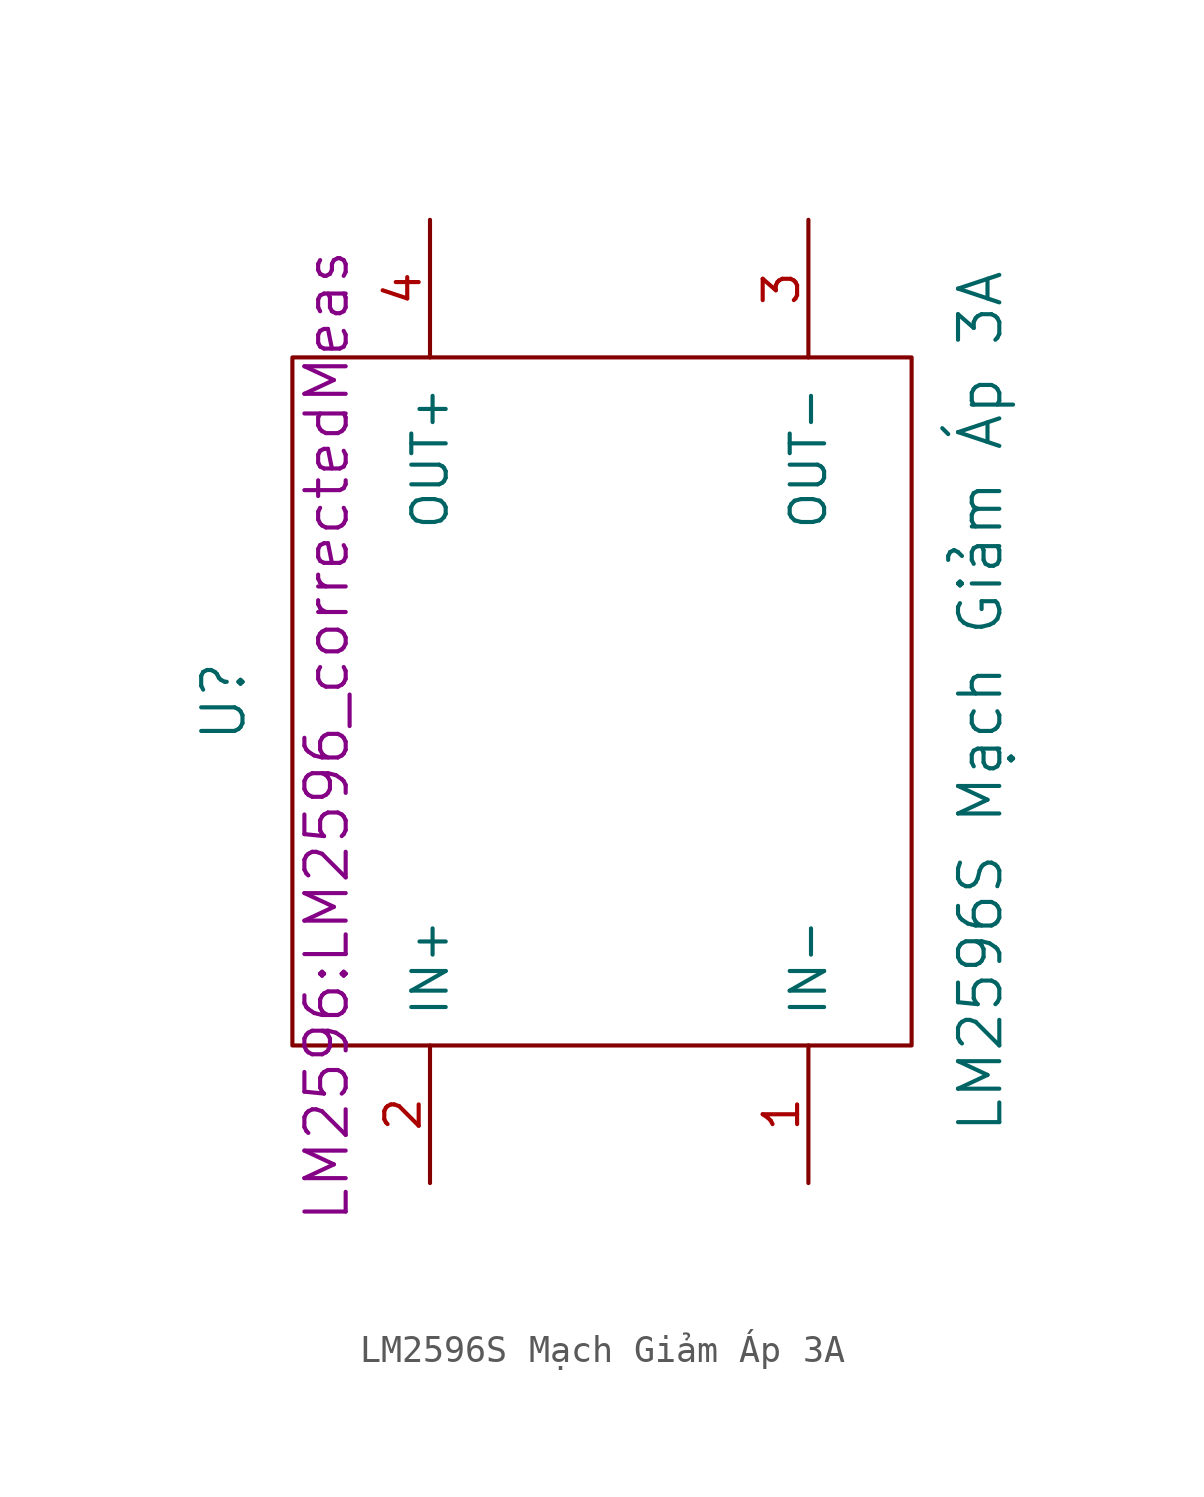
<source format=kicad_sym>
(kicad_symbol_lib
  (version 20211014)
  (generator kicad_symbol_editor)
  (symbol "LM2596S Mạch Giảm Áp 3A"
    (pin_names
      (offset 1.016))
    (property "Reference" "U"
      (at -13.97 -1.27 90)
      (effects (font (size 1.524 1.524))))
    (property "Value" "LM2596S Mạch Giảm Áp 3A"
      (at 13.97 -1.27 90)
      (effects (font (size 1.524 1.524))))
    (property "Footprint" "LM2596:LM2596_correctedMeas"
      (at -10.16 -2.54 90)
      (effects (font (size 1.524 1.524))))
    (symbol "LM2596S Mạch Giảm Áp 3A_0_1"
      (rectangle (start -11.43 11.43) (end 11.43 -13.97) (stroke (width 0) (type default) (color 0 0 0 0)) (fill (type none))))
    (symbol "LM2596S Mạch Giảm Áp 3A_1_1"
      (pin input line (at 7.62 -19.05 90) (length 5.08) (name "IN-" (effects (font (size 1.27 1.27)))) (number "1" (effects (font (size 1.27 1.27)))))
      (pin input line (at -6.35 -19.05 90) (length 5.08) (name "IN+" (effects (font (size 1.27 1.27)))) (number "2" (effects (font (size 1.27 1.27)))))
      (pin input line (at 7.62 16.51 270) (length 5.08) (name "OUT-" (effects (font (size 1.27 1.27)))) (number "3" (effects (font (size 1.27 1.27)))))
      (pin input line (at -6.35 16.51 270) (length 5.08) (name "OUT+" (effects (font (size 1.27 1.27)))) (number "4" (effects (font (size 1.27 1.27))))))))
</source>
